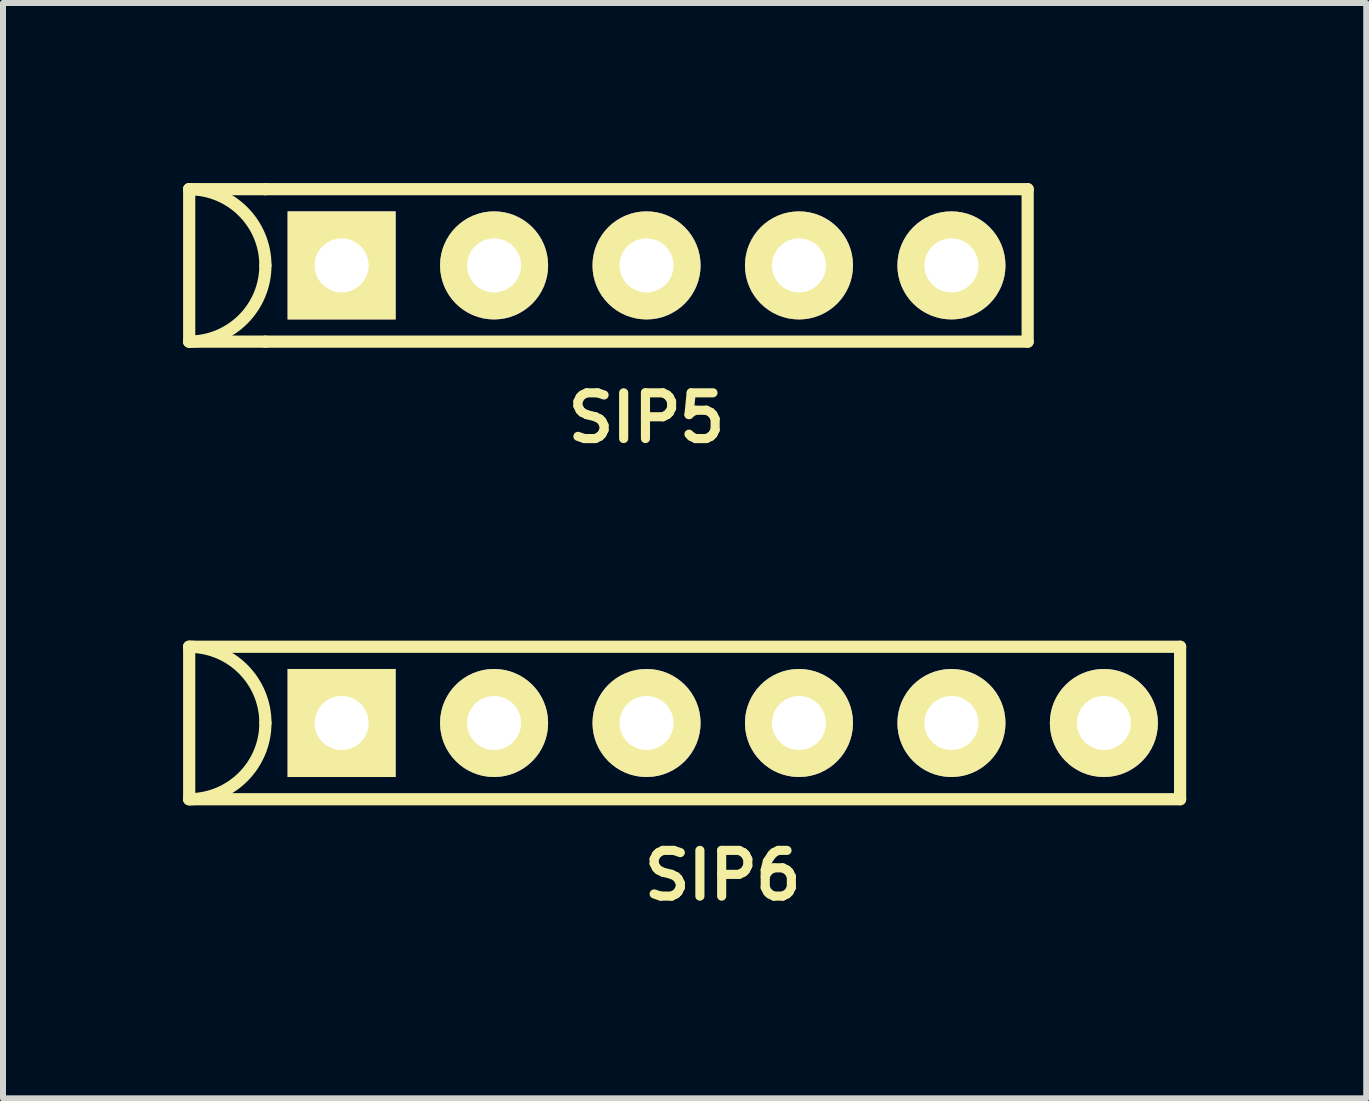
<source format=kicad_pcb>
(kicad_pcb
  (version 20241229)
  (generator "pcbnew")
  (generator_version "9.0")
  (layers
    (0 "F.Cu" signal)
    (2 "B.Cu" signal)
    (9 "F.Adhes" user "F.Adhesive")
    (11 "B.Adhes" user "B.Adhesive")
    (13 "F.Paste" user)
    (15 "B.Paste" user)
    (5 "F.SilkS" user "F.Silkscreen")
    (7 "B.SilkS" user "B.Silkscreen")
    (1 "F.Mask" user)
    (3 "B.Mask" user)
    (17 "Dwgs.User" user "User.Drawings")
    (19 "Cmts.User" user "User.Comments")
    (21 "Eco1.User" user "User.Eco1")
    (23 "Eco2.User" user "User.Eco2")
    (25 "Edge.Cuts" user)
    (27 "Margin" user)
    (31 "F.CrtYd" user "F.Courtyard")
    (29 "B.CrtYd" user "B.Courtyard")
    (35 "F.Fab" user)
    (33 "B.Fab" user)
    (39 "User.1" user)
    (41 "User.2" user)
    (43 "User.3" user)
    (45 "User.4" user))
  (footprint "SIP6"
    (layer "F.Cu")
    (at 8.992 8.996)
    (property "Reference" "SIP6" (at 0 2.54 0) (layer "F.SilkS") (effects (font (size 0.762 0.762) (thickness 0.152))))
    (attr through_hole)
    (fp_line (start -8.89 -1.27) (end -8.89 1.27) (stroke (width 0.203) (type solid)) (layer "F.SilkS"))
    (fp_line (start -8.89 1.27) (end 7.62 1.27) (stroke (width 0.203) (type solid)) (layer "F.SilkS"))
    (fp_line (start 7.62 -1.27) (end -8.89 -1.27) (stroke (width 0.203) (type solid)) (layer "F.SilkS"))
    (fp_line (start 7.62 -1.27) (end 7.62 1.27) (stroke (width 0.203) (type solid)) (layer "F.SilkS"))
    (fp_arc (start -8.89 -1.27) (mid -7.991974 -0.898026) (end -7.62 0) (stroke (width 0.2032) (type solid)) (layer "F.SilkS"))
    (fp_arc (start -7.62 0) (mid -7.991974 0.898026) (end -8.89 1.27) (stroke (width 0.2032) (type solid)) (layer "F.SilkS"))
    (pad "1" thru_hole rect (at -6.35 0) (size 1.8 1.8) (drill 0.9) (layers "*.Cu" "*.Mask" "F.SilkS"))
    (pad "2" thru_hole circle (at -3.81 0) (size 1.8 1.8) (drill 0.9) (layers "*.Cu" "*.Mask" "F.SilkS"))
    (pad "3" thru_hole circle (at -1.27 0) (size 1.8 1.8) (drill 0.9) (layers "*.Cu" "*.Mask" "F.SilkS"))
    (pad "4" thru_hole circle (at 1.27 0) (size 1.8 1.8) (drill 0.9) (layers "*.Cu" "*.Mask" "F.SilkS"))
    (pad "5" thru_hole circle (at 3.81 0) (size 1.8 1.8) (drill 0.9) (layers "*.Cu" "*.Mask" "F.SilkS"))
    (pad "6" thru_hole circle (at 6.35 0) (size 1.8 1.8) (drill 0.9) (layers "*.Cu" "*.Mask" "F.SilkS")))
  (footprint "SIP5"
    (layer "F.Cu")
    (at 7.722 1.372)
    (property "Reference" "SIP5" (at 0 2.54 0) (layer "F.SilkS") (effects (font (size 0.762 0.762) (thickness 0.152))))
    (attr through_hole)
    (fp_line (start -7.62 -1.27) (end -7.62 1.27) (stroke (width 0.203) (type solid)) (layer "F.SilkS"))
    (fp_line (start -6.35 -1.27) (end -7.62 -1.27) (stroke (width 0.203) (type solid)) (layer "F.SilkS"))
    (fp_line (start -6.35 -1.27) (end 6.35 -1.27) (stroke (width 0.203) (type solid)) (layer "F.SilkS"))
    (fp_line (start -6.35 1.27) (end -7.62 1.27) (stroke (width 0.203) (type solid)) (layer "F.SilkS"))
    (fp_line (start 6.35 -1.27) (end 6.35 1.27) (stroke (width 0.203) (type solid)) (layer "F.SilkS"))
    (fp_line (start 6.35 1.27) (end -6.35 1.27) (stroke (width 0.203) (type solid)) (layer "F.SilkS"))
    (fp_arc (start -7.62 -1.27) (mid -6.721974 -0.898026) (end -6.35 0) (stroke (width 0.2032) (type solid)) (layer "F.SilkS"))
    (fp_arc (start -6.35 0) (mid -6.721974 0.898026) (end -7.62 1.27) (stroke (width 0.2032) (type solid)) (layer "F.SilkS"))
    (pad "1" thru_hole rect (at -5.08 0) (size 1.8 1.8) (drill 0.9) (layers "*.Cu" "*.Mask" "F.SilkS"))
    (pad "2" thru_hole circle (at -2.54 0) (size 1.8 1.8) (drill 0.9) (layers "*.Cu" "*.Mask" "F.SilkS"))
    (pad "3" thru_hole circle (at 0 0) (size 1.8 1.8) (drill 0.9) (layers "*.Cu" "*.Mask" "F.SilkS"))
    (pad "4" thru_hole circle (at 2.54 0) (size 1.8 1.8) (drill 0.9) (layers "*.Cu" "*.Mask" "F.SilkS"))
    (pad "5" thru_hole circle (at 5.08 0) (size 1.8 1.8) (drill 0.9) (layers "*.Cu" "*.Mask" "F.SilkS")))
  (gr_rect
    (start -3 -3)
    (end 19.713 15.25)
    (stroke (width 0.1) (type default))
    (fill no)
    (layer "Edge.Cuts")))
</source>
